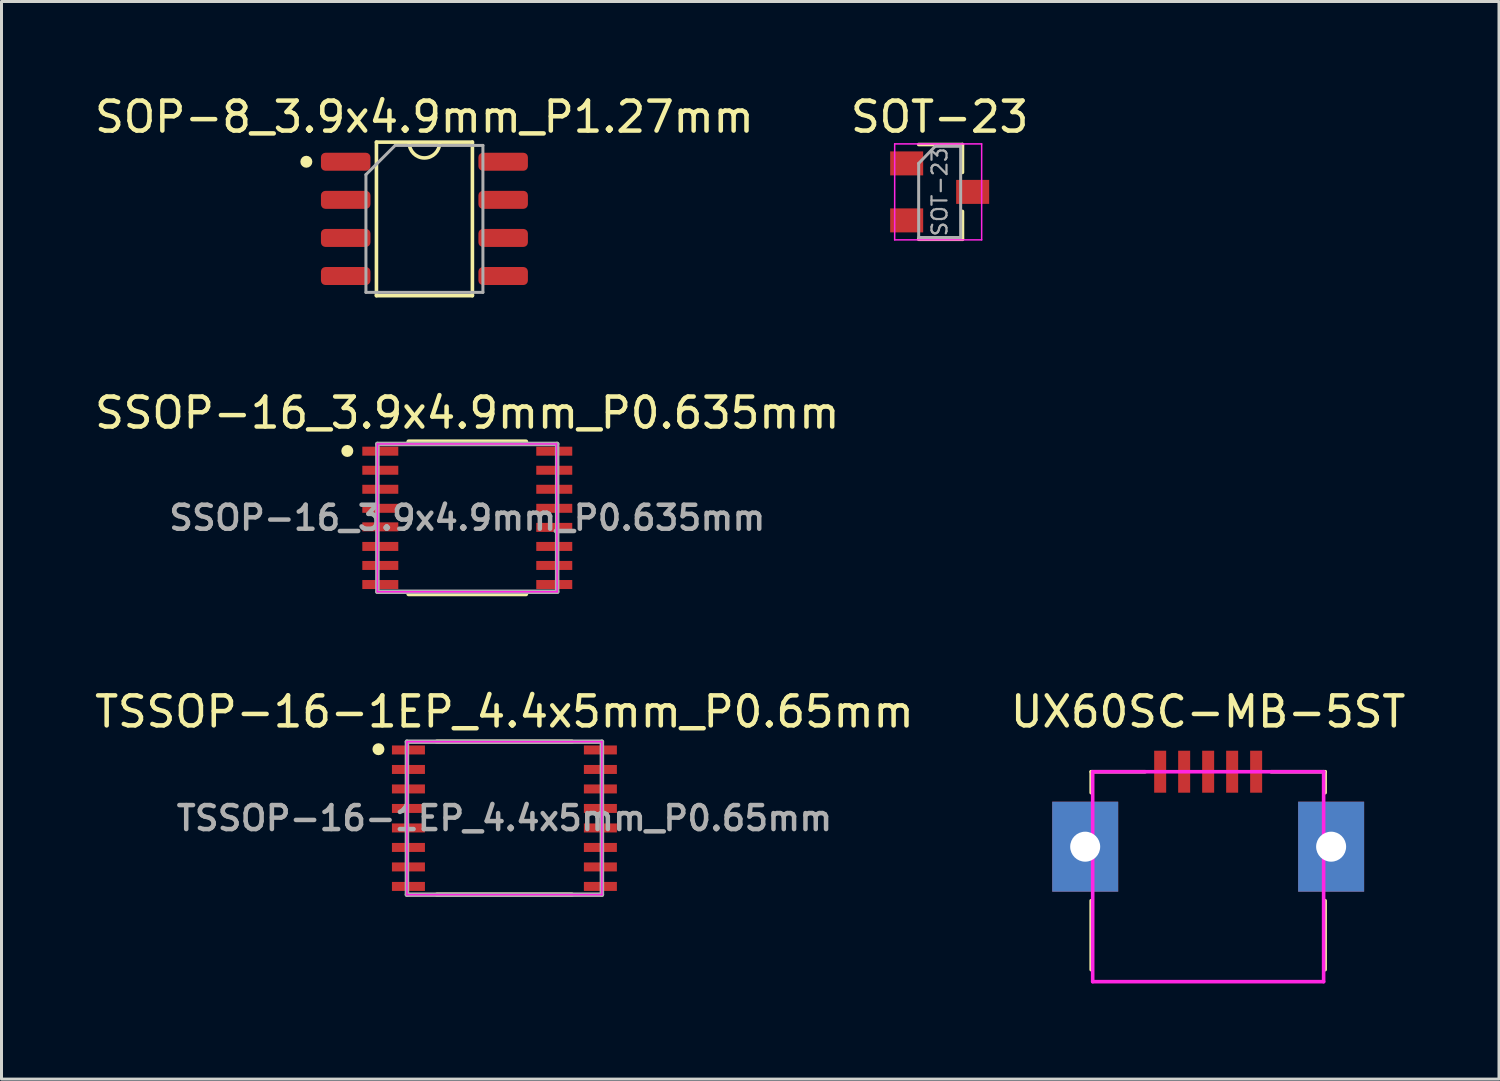
<source format=kicad_pcb>
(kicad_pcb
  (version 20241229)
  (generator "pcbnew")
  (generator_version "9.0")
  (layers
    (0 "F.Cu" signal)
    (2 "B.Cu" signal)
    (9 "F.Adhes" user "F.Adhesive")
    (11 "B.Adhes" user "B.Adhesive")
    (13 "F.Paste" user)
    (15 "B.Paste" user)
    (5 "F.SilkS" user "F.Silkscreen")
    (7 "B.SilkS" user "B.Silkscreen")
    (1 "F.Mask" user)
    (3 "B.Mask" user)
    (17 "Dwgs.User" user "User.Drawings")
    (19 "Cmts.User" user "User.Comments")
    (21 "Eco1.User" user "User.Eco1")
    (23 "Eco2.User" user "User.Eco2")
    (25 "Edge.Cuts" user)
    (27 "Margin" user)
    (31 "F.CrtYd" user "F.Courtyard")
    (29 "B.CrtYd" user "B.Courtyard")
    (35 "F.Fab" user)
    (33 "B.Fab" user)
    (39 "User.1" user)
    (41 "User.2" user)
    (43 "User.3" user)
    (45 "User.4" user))
  (footprint "SOP-8_3.9x4.9mm_P1.27mm"
    (layer "F.Cu")
    (at 11.101 4.248)
    (property "Reference" "SOP-8_3.9x4.9mm_P1.27mm" (at 0 -3.4 0) (layer "F.SilkS") (effects (font (size 1 1) (thickness 0.15))))
    (attr smd)
    (fp_line (start -1.6 2.56) (end -1.6 -2.56) (stroke (width 0.12) (type solid)) (layer "F.SilkS"))
    (fp_line (start 1.6 -2.56) (end -1.6 -2.56) (stroke (width 0.12) (type solid)) (layer "F.SilkS"))
    (fp_line (start 1.6 2.56) (end -1.6 2.56) (stroke (width 0.12) (type solid)) (layer "F.SilkS"))
    (fp_line (start 1.6 2.56) (end 1.6 -2.56) (stroke (width 0.12) (type solid)) (layer "F.SilkS"))
    (fp_arc (start 0.508 -2.54) (mid 0 -2.032) (end -0.508 -2.54) (stroke (width 0.12) (type solid)) (layer "F.SilkS"))
    (fp_circle (center -3.937 -1.905) (end -3.837 -1.905) (stroke (width 0.2) (type solid)) (fill no) (layer "F.SilkS"))
    (fp_line (start -1.95 -1.475) (end -0.975 -2.45) (stroke (width 0.1) (type solid)) (layer "F.Fab"))
    (fp_line (start -1.95 2.45) (end -1.95 -1.475) (stroke (width 0.1) (type solid)) (layer "F.Fab"))
    (fp_line (start -0.975 -2.45) (end 1.95 -2.45) (stroke (width 0.1) (type solid)) (layer "F.Fab"))
    (fp_line (start 1.95 -2.45) (end 1.95 2.45) (stroke (width 0.1) (type solid)) (layer "F.Fab"))
    (fp_line (start 1.95 2.45) (end -1.95 2.45) (stroke (width 0.1) (type solid)) (layer "F.Fab"))
    (pad "1" smd roundrect (at -2.625 -1.905) (size 1.65 0.6) (layers "F.Cu" "F.Mask" "F.Paste") (roundrect_rratio 0.25))
    (pad "2" smd roundrect (at -2.625 -0.635) (size 1.65 0.6) (layers "F.Cu" "F.Mask" "F.Paste") (roundrect_rratio 0.25))
    (pad "3" smd roundrect (at -2.625 0.635) (size 1.65 0.6) (layers "F.Cu" "F.Mask" "F.Paste") (roundrect_rratio 0.25))
    (pad "4" smd roundrect (at -2.625 1.905) (size 1.65 0.6) (layers "F.Cu" "F.Mask" "F.Paste") (roundrect_rratio 0.25))
    (pad "5" smd roundrect (at 2.625 1.905) (size 1.65 0.6) (layers "F.Cu" "F.Mask" "F.Paste") (roundrect_rratio 0.25))
    (pad "6" smd roundrect (at 2.625 0.635) (size 1.65 0.6) (layers "F.Cu" "F.Mask" "F.Paste") (roundrect_rratio 0.25))
    (pad "7" smd roundrect (at 2.625 -0.635) (size 1.65 0.6) (layers "F.Cu" "F.Mask" "F.Paste") (roundrect_rratio 0.25))
    (pad "8" smd roundrect (at 2.625 -1.905) (size 1.65 0.6) (layers "F.Cu" "F.Mask" "F.Paste") (roundrect_rratio 0.25)))
  (footprint "SSOP-16_3.9x4.9mm_P0.635mm"
    (layer "F.Cu")
    (at 12.53 14.216)
    (property "Reference" "SSOP-16_3.9x4.9mm_P0.635mm" (at 0 -3.5 0) (layer "F.SilkS") (effects (font (size 1 1) (thickness 0.15))))
    (attr smd)
    (fp_line (start -1.956 -2.54) (end 1.956 -2.54) (stroke (width 0.15) (type solid)) (layer "F.SilkS"))
    (fp_line (start -1.956 2.54) (end 1.956 2.54) (stroke (width 0.15) (type solid)) (layer "F.SilkS"))
    (fp_circle (center -4 -2.23) (end -3.9 -2.23) (stroke (width 0.2) (type solid)) (fill no) (layer "F.SilkS"))
    (fp_line (start -2.997 -2.464) (end -2.997 2.464) (stroke (width 0.05) (type solid)) (layer "F.CrtYd"))
    (fp_line (start -2.997 -2.464) (end 2.972 -2.464) (stroke (width 0.05) (type solid)) (layer "F.CrtYd"))
    (fp_line (start -2.997 2.464) (end 2.997 2.464) (stroke (width 0.05) (type solid)) (layer "F.CrtYd"))
    (fp_line (start 2.972 -2.464) (end 2.997 2.464) (stroke (width 0.05) (type solid)) (layer "F.CrtYd"))
    (fp_line (start -2.997 -2.464) (end 2.997 -2.464) (stroke (width 0.15) (type solid)) (layer "F.Fab"))
    (fp_line (start -2.997 2.464) (end -2.997 -2.464) (stroke (width 0.15) (type solid)) (layer "F.Fab"))
    (fp_line (start 2.997 -2.464) (end 2.997 2.464) (stroke (width 0.15) (type solid)) (layer "F.Fab"))
    (fp_line (start 2.997 2.464) (end -2.997 2.464) (stroke (width 0.15) (type solid)) (layer "F.Fab"))
    (fp_text user "${REFERENCE}" (at 0 0 0) (layer "F.Fab") (effects (font (size 0.8 0.8) (thickness 0.15))))
    (pad "1" smd rect (at -2.9 -2.223) (size 1.2 0.3) (layers "F.Cu" "F.Mask" "F.Paste"))
    (pad "2" smd rect (at -2.9 -1.587) (size 1.2 0.3) (layers "F.Cu" "F.Mask" "F.Paste"))
    (pad "3" smd rect (at -2.9 -0.953) (size 1.2 0.3) (layers "F.Cu" "F.Mask" "F.Paste"))
    (pad "4" smd rect (at -2.9 -0.318) (size 1.2 0.3) (layers "F.Cu" "F.Mask" "F.Paste"))
    (pad "5" smd rect (at -2.9 0.3) (size 1.2 0.3) (layers "F.Cu" "F.Mask" "F.Paste"))
    (pad "6" smd rect (at -2.9 0.953) (size 1.2 0.3) (layers "F.Cu" "F.Mask" "F.Paste"))
    (pad "7" smd rect (at -2.9 1.587) (size 1.2 0.3) (layers "F.Cu" "F.Mask" "F.Paste"))
    (pad "8" smd rect (at -2.9 2.223) (size 1.2 0.3) (layers "F.Cu" "F.Mask" "F.Paste"))
    (pad "9" smd rect (at 2.9 2.223) (size 1.2 0.3) (layers "F.Cu" "F.Mask" "F.Paste"))
    (pad "10" smd rect (at 2.9 1.587) (size 1.2 0.3) (layers "F.Cu" "F.Mask" "F.Paste"))
    (pad "11" smd rect (at 2.9 0.953) (size 1.2 0.3) (layers "F.Cu" "F.Mask" "F.Paste"))
    (pad "12" smd rect (at 2.9 0.318) (size 1.2 0.3) (layers "F.Cu" "F.Mask" "F.Paste"))
    (pad "13" smd rect (at 2.9 -0.318) (size 1.2 0.3) (layers "F.Cu" "F.Mask" "F.Paste"))
    (pad "14" smd rect (at 2.9 -0.953) (size 1.2 0.3) (layers "F.Cu" "F.Mask" "F.Paste"))
    (pad "15" smd rect (at 2.9 -1.587) (size 1.2 0.3) (layers "F.Cu" "F.Mask" "F.Paste"))
    (pad "16" smd rect (at 2.9 -2.223) (size 1.2 0.3) (layers "F.Cu" "F.Mask" "F.Paste")))
  (footprint "SOT-23"
    (layer "F.Cu")
    (at 28.28 3.348)
    (property "Reference" "SOT-23" (at 0 -2.5 0) (layer "F.SilkS") (effects (font (size 1 1) (thickness 0.15))))
    (attr smd)
    (fp_line (start 0.76 -1.58) (end -0.7 -1.58) (stroke (width 0.12) (type solid)) (layer "F.SilkS"))
    (fp_line (start 0.76 -1.58) (end 0.76 -0.65) (stroke (width 0.12) (type solid)) (layer "F.SilkS"))
    (fp_line (start 0.76 1.58) (end -0.7 1.58) (stroke (width 0.12) (type solid)) (layer "F.SilkS"))
    (fp_line (start 0.76 1.58) (end 0.76 0.65) (stroke (width 0.12) (type solid)) (layer "F.SilkS"))
    (fp_line (start -1.5 -1.6) (end 1.4 -1.6) (stroke (width 0.05) (type solid)) (layer "F.CrtYd"))
    (fp_line (start -1.5 1.6) (end -1.5 -1.6) (stroke (width 0.05) (type solid)) (layer "F.CrtYd"))
    (fp_line (start 1.4 -1.6) (end 1.4 1.6) (stroke (width 0.05) (type solid)) (layer "F.CrtYd"))
    (fp_line (start 1.4 1.6) (end -1.5 1.6) (stroke (width 0.05) (type solid)) (layer "F.CrtYd"))
    (fp_line (start -0.7 -0.95) (end -0.7 1.5) (stroke (width 0.1) (type solid)) (layer "F.Fab"))
    (fp_line (start -0.7 -0.95) (end -0.15 -1.52) (stroke (width 0.1) (type solid)) (layer "F.Fab"))
    (fp_line (start -0.7 1.52) (end 0.7 1.52) (stroke (width 0.1) (type solid)) (layer "F.Fab"))
    (fp_line (start -0.15 -1.52) (end 0.7 -1.52) (stroke (width 0.1) (type solid)) (layer "F.Fab"))
    (fp_line (start 0.7 -1.52) (end 0.7 1.52) (stroke (width 0.1) (type solid)) (layer "F.Fab"))
    (fp_text user "${REFERENCE}" (at 0 0 90) (layer "F.Fab") (effects (font (size 0.5 0.5) (thickness 0.075))))
    (pad "1" smd rect (at -1.1 -0.95) (size 1.1 0.8) (layers "F.Cu" "F.Mask" "F.Paste"))
    (pad "2" smd rect (at -1.1 0.95) (size 1.1 0.8) (layers "F.Cu" "F.Mask" "F.Paste"))
    (pad "3" smd rect (at 1.1 0) (size 1.1 0.8) (layers "F.Cu" "F.Mask" "F.Paste")))
  (footprint "TSSOP-16-1EP_4.4x5mm_P0.65mm"
    (layer "F.Cu")
    (at 13.768 24.23)
    (property "Reference" "TSSOP-16-1EP_4.4x5mm_P0.65mm" (at 0 -3.55 0) (layer "F.SilkS") (effects (font (size 1 1) (thickness 0.15))))
    (attr smd)
    (fp_line (start -2.25 -2.55) (end 2.25 -2.55) (stroke (width 0.15) (type solid)) (layer "F.SilkS"))
    (fp_line (start -2.25 2.55) (end 2.25 2.55) (stroke (width 0.15) (type solid)) (layer "F.SilkS"))
    (fp_circle (center -4.2 -2.3) (end -4.1 -2.3) (stroke (width 0.2) (type solid)) (fill no) (layer "F.SilkS"))
    (fp_line (start -3.25 -2.55) (end -3.25 2.55) (stroke (width 0.05) (type solid)) (layer "F.CrtYd"))
    (fp_line (start -3.25 -2.55) (end 3.25 -2.55) (stroke (width 0.05) (type solid)) (layer "F.CrtYd"))
    (fp_line (start -3.25 2.55) (end 3.25 2.55) (stroke (width 0.05) (type solid)) (layer "F.CrtYd"))
    (fp_line (start 3.25 -2.55) (end 3.25 2.55) (stroke (width 0.05) (type solid)) (layer "F.CrtYd"))
    (fp_line (start -3.25 -2.55) (end 3.25 -2.55) (stroke (width 0.15) (type solid)) (layer "F.Fab"))
    (fp_line (start -3.25 2.55) (end -3.25 -2.55) (stroke (width 0.15) (type solid)) (layer "F.Fab"))
    (fp_line (start 3.25 -2.55) (end 3.25 2.55) (stroke (width 0.15) (type solid)) (layer "F.Fab"))
    (fp_line (start 3.25 2.55) (end -3.25 2.55) (stroke (width 0.15) (type solid)) (layer "F.Fab"))
    (fp_text user "${REFERENCE}" (at 0 0 0) (layer "F.Fab") (effects (font (size 0.8 0.8) (thickness 0.15))))
    (pad "1" smd rect (at -3.2 -2.275) (size 1.1 0.3) (layers "F.Cu" "F.Mask" "F.Paste"))
    (pad "2" smd rect (at -3.2 -1.625) (size 1.1 0.3) (layers "F.Cu" "F.Mask" "F.Paste"))
    (pad "3" smd rect (at -3.2 -0.975) (size 1.1 0.3) (layers "F.Cu" "F.Mask" "F.Paste"))
    (pad "4" smd rect (at -3.2 -0.325) (size 1.1 0.3) (layers "F.Cu" "F.Mask" "F.Paste"))
    (pad "5" smd rect (at -3.2 0.325) (size 1.1 0.3) (layers "F.Cu" "F.Mask" "F.Paste"))
    (pad "6" smd rect (at -3.2 0.975) (size 1.1 0.3) (layers "F.Cu" "F.Mask" "F.Paste"))
    (pad "7" smd rect (at -3.2 1.625) (size 1.1 0.3) (layers "F.Cu" "F.Mask" "F.Paste"))
    (pad "8" smd rect (at -3.2 2.275) (size 1.1 0.3) (layers "F.Cu" "F.Mask" "F.Paste"))
    (pad "9" smd rect (at 3.2 2.275) (size 1.1 0.3) (layers "F.Cu" "F.Mask" "F.Paste"))
    (pad "10" smd rect (at 3.2 1.625) (size 1.1 0.3) (layers "F.Cu" "F.Mask" "F.Paste"))
    (pad "11" smd rect (at 3.2 0.975) (size 1.1 0.3) (layers "F.Cu" "F.Mask" "F.Paste"))
    (pad "12" smd rect (at 3.2 0.325) (size 1.1 0.3) (layers "F.Cu" "F.Mask" "F.Paste"))
    (pad "13" smd rect (at 3.2 -0.325) (size 1.1 0.3) (layers "F.Cu" "F.Mask" "F.Paste"))
    (pad "14" smd rect (at 3.2 -0.975) (size 1.1 0.3) (layers "F.Cu" "F.Mask" "F.Paste"))
    (pad "15" smd rect (at 3.2 -1.625) (size 1.1 0.3) (layers "F.Cu" "F.Mask" "F.Paste"))
    (pad "16" smd rect (at 3.2 -2.275) (size 1.1 0.3) (layers "F.Cu" "F.Mask" "F.Paste")))
  (footprint "UX60SC-MB-5ST"
    (layer "F.Cu")
    (at 37.232 29.68)
    (property "Reference" "UX60SC-MB-5ST" (at 0 -9 0) (layer "F.SilkS") (effects (font (size 1 1) (thickness 0.15))))
    (attr through_hole)
    (fp_line (start -3.9 -7) (end -2.1 -7) (stroke (width 0.12) (type solid)) (layer "F.SilkS"))
    (fp_line (start -3.9 -6.3) (end -3.9 -7) (stroke (width 0.12) (type solid)) (layer "F.SilkS"))
    (fp_line (start -3.9 -2.7) (end -3.9 -0.4) (stroke (width 0.12) (type solid)) (layer "F.SilkS"))
    (fp_line (start 3.9 -7) (end 2.1 -7) (stroke (width 0.12) (type solid)) (layer "F.SilkS"))
    (fp_line (start 3.9 -6.3) (end 3.9 -7) (stroke (width 0.12) (type solid)) (layer "F.SilkS"))
    (fp_line (start 3.9 -2.7) (end 3.9 -0.4) (stroke (width 0.12) (type solid)) (layer "F.SilkS"))
    (fp_line (start -3.85 -7) (end 3.85 -7) (stroke (width 0.12) (type solid)) (layer "F.CrtYd"))
    (fp_line (start -3.85 0) (end -3.85 -7) (stroke (width 0.12) (type solid)) (layer "F.CrtYd"))
    (fp_line (start 3.85 -7) (end 3.85 0) (stroke (width 0.12) (type solid)) (layer "F.CrtYd"))
    (fp_line (start 3.85 0) (end -3.85 0) (stroke (width 0.12) (type solid)) (layer "F.CrtYd"))
    (pad "1" smd rect (at -1.6 -7) (size 0.4 1.4) (layers "F.Cu" "F.Mask" "F.Paste"))
    (pad "2" smd rect (at -0.8 -7) (size 0.4 1.4) (layers "F.Cu" "F.Mask" "F.Paste"))
    (pad "3" smd rect (at 0 -7) (size 0.4 1.4) (layers "F.Cu" "F.Mask" "F.Paste"))
    (pad "4" smd rect (at 0.8 -7) (size 0.4 1.4) (layers "F.Cu" "F.Mask" "F.Paste"))
    (pad "5" smd rect (at 1.6 -7) (size 0.4 1.4) (layers "F.Cu" "F.Mask" "F.Paste"))
    (pad "6" thru_hole rect (at -4.1 -4.5 180) (size 2.2 3) (drill 1) (layers "*.Cu" "*.Mask"))
    (pad "6" thru_hole rect (at 4.1 -4.5 180) (size 2.2 3) (drill 1) (layers "*.Cu" "*.Mask")))
  (gr_rect
    (start -3 -3)
    (end 46.929 32.93)
    (stroke (width 0.1) (type default))
    (fill no)
    (layer "Edge.Cuts")))
</source>
